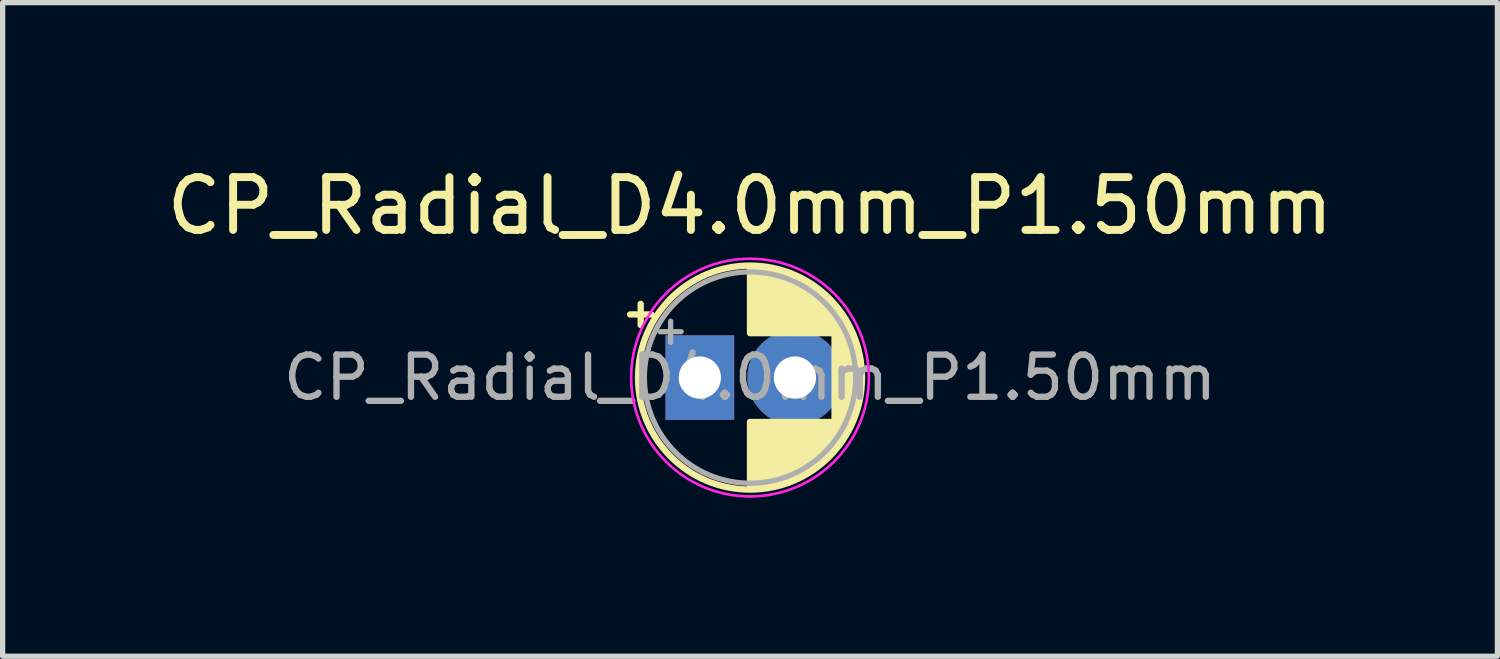
<source format=kicad_pcb>
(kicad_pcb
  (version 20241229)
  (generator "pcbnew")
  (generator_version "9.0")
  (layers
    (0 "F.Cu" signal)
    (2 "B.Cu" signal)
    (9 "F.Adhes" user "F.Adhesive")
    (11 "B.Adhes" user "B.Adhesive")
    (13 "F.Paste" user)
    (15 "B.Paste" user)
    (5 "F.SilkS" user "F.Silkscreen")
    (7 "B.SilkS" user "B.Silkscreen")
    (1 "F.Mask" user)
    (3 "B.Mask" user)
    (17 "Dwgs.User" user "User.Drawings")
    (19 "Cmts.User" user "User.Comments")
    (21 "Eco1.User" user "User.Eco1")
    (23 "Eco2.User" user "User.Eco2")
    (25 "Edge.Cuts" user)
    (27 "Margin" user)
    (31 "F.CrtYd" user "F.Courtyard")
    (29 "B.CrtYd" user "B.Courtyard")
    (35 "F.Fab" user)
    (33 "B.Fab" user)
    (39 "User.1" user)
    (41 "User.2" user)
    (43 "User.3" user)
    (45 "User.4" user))
  (footprint "CP_Radial_D4.0mm_P1.50mm"
    (layer "F.Cu")
    (at 10.399 4.098)
    (property "Reference" "CP_Radial_D4.0mm_P1.50mm" (at 0.75 -3.25 0) (layer "F.SilkS") (effects (font (size 1 1) (thickness 0.15))))
    (attr through_hole)
    (fp_line (start -1.52 -1.195) (end -1.12 -1.195) (stroke (width 0.12) (type solid)) (layer "F.SilkS"))
    (fp_line (start -1.32 -1.395) (end -1.32 -0.995) (stroke (width 0.12) (type solid)) (layer "F.SilkS"))
    (fp_line (start 0.75 -2.08) (end 0.75 -0.84) (stroke (width 0.12) (type solid)) (layer "F.SilkS"))
    (fp_line (start 0.75 0.84) (end 0.75 2.08) (stroke (width 0.12) (type solid)) (layer "F.SilkS"))
    (fp_line (start 0.79 -2.08) (end 0.79 -0.84) (stroke (width 0.12) (type solid)) (layer "F.SilkS"))
    (fp_line (start 0.79 0.84) (end 0.79 2.08) (stroke (width 0.12) (type solid)) (layer "F.SilkS"))
    (fp_line (start 0.83 -2.079) (end 0.83 -0.84) (stroke (width 0.12) (type solid)) (layer "F.SilkS"))
    (fp_line (start 0.83 0.84) (end 0.83 2.079) (stroke (width 0.12) (type solid)) (layer "F.SilkS"))
    (fp_line (start 0.87 -2.077) (end 0.87 -0.84) (stroke (width 0.12) (type solid)) (layer "F.SilkS"))
    (fp_line (start 0.87 0.84) (end 0.87 2.077) (stroke (width 0.12) (type solid)) (layer "F.SilkS"))
    (fp_line (start 0.91 -2.074) (end 0.91 -0.84) (stroke (width 0.12) (type solid)) (layer "F.SilkS"))
    (fp_line (start 0.91 0.84) (end 0.91 2.074) (stroke (width 0.12) (type solid)) (layer "F.SilkS"))
    (fp_line (start 0.95 -2.071) (end 0.95 -0.84) (stroke (width 0.12) (type solid)) (layer "F.SilkS"))
    (fp_line (start 0.95 0.84) (end 0.95 2.071) (stroke (width 0.12) (type solid)) (layer "F.SilkS"))
    (fp_line (start 0.99 -2.067) (end 0.99 -0.84) (stroke (width 0.12) (type solid)) (layer "F.SilkS"))
    (fp_line (start 0.99 0.84) (end 0.99 2.067) (stroke (width 0.12) (type solid)) (layer "F.SilkS"))
    (fp_line (start 1.03 -2.062) (end 1.03 -0.84) (stroke (width 0.12) (type solid)) (layer "F.SilkS"))
    (fp_line (start 1.03 0.84) (end 1.03 2.062) (stroke (width 0.12) (type solid)) (layer "F.SilkS"))
    (fp_line (start 1.07 -2.056) (end 1.07 -0.84) (stroke (width 0.12) (type solid)) (layer "F.SilkS"))
    (fp_line (start 1.07 0.84) (end 1.07 2.056) (stroke (width 0.12) (type solid)) (layer "F.SilkS"))
    (fp_line (start 1.11 -2.05) (end 1.11 -0.84) (stroke (width 0.12) (type solid)) (layer "F.SilkS"))
    (fp_line (start 1.11 0.84) (end 1.11 2.05) (stroke (width 0.12) (type solid)) (layer "F.SilkS"))
    (fp_line (start 1.15 -2.042) (end 1.15 -0.84) (stroke (width 0.12) (type solid)) (layer "F.SilkS"))
    (fp_line (start 1.15 0.84) (end 1.15 2.042) (stroke (width 0.12) (type solid)) (layer "F.SilkS"))
    (fp_line (start 1.19 -2.034) (end 1.19 -0.84) (stroke (width 0.12) (type solid)) (layer "F.SilkS"))
    (fp_line (start 1.19 0.84) (end 1.19 2.034) (stroke (width 0.12) (type solid)) (layer "F.SilkS"))
    (fp_line (start 1.23 -2.025) (end 1.23 -0.84) (stroke (width 0.12) (type solid)) (layer "F.SilkS"))
    (fp_line (start 1.23 0.84) (end 1.23 2.025) (stroke (width 0.12) (type solid)) (layer "F.SilkS"))
    (fp_line (start 1.27 -2.016) (end 1.27 -0.84) (stroke (width 0.12) (type solid)) (layer "F.SilkS"))
    (fp_line (start 1.27 0.84) (end 1.27 2.016) (stroke (width 0.12) (type solid)) (layer "F.SilkS"))
    (fp_line (start 1.31 -2.005) (end 1.31 -0.84) (stroke (width 0.12) (type solid)) (layer "F.SilkS"))
    (fp_line (start 1.31 0.84) (end 1.31 2.005) (stroke (width 0.12) (type solid)) (layer "F.SilkS"))
    (fp_line (start 1.35 -1.994) (end 1.35 -0.84) (stroke (width 0.12) (type solid)) (layer "F.SilkS"))
    (fp_line (start 1.35 0.84) (end 1.35 1.994) (stroke (width 0.12) (type solid)) (layer "F.SilkS"))
    (fp_line (start 1.39 -1.982) (end 1.39 -0.84) (stroke (width 0.12) (type solid)) (layer "F.SilkS"))
    (fp_line (start 1.39 0.84) (end 1.39 1.982) (stroke (width 0.12) (type solid)) (layer "F.SilkS"))
    (fp_line (start 1.43 -1.968) (end 1.43 -0.84) (stroke (width 0.12) (type solid)) (layer "F.SilkS"))
    (fp_line (start 1.43 0.84) (end 1.43 1.968) (stroke (width 0.12) (type solid)) (layer "F.SilkS"))
    (fp_line (start 1.471 -1.954) (end 1.471 -0.84) (stroke (width 0.12) (type solid)) (layer "F.SilkS"))
    (fp_line (start 1.471 0.84) (end 1.471 1.954) (stroke (width 0.12) (type solid)) (layer "F.SilkS"))
    (fp_line (start 1.511 -1.94) (end 1.511 -0.84) (stroke (width 0.12) (type solid)) (layer "F.SilkS"))
    (fp_line (start 1.511 0.84) (end 1.511 1.94) (stroke (width 0.12) (type solid)) (layer "F.SilkS"))
    (fp_line (start 1.551 -1.924) (end 1.551 -0.84) (stroke (width 0.12) (type solid)) (layer "F.SilkS"))
    (fp_line (start 1.551 0.84) (end 1.551 1.924) (stroke (width 0.12) (type solid)) (layer "F.SilkS"))
    (fp_line (start 1.591 -1.907) (end 1.591 -0.84) (stroke (width 0.12) (type solid)) (layer "F.SilkS"))
    (fp_line (start 1.591 0.84) (end 1.591 1.907) (stroke (width 0.12) (type solid)) (layer "F.SilkS"))
    (fp_line (start 1.631 -1.889) (end 1.631 -0.84) (stroke (width 0.12) (type solid)) (layer "F.SilkS"))
    (fp_line (start 1.631 0.84) (end 1.631 1.889) (stroke (width 0.12) (type solid)) (layer "F.SilkS"))
    (fp_line (start 1.671 -1.87) (end 1.671 -0.84) (stroke (width 0.12) (type solid)) (layer "F.SilkS"))
    (fp_line (start 1.671 0.84) (end 1.671 1.87) (stroke (width 0.12) (type solid)) (layer "F.SilkS"))
    (fp_line (start 1.711 -1.851) (end 1.711 -0.84) (stroke (width 0.12) (type solid)) (layer "F.SilkS"))
    (fp_line (start 1.711 0.84) (end 1.711 1.851) (stroke (width 0.12) (type solid)) (layer "F.SilkS"))
    (fp_line (start 1.751 -1.83) (end 1.751 -0.84) (stroke (width 0.12) (type solid)) (layer "F.SilkS"))
    (fp_line (start 1.751 0.84) (end 1.751 1.83) (stroke (width 0.12) (type solid)) (layer "F.SilkS"))
    (fp_line (start 1.791 -1.808) (end 1.791 -0.84) (stroke (width 0.12) (type solid)) (layer "F.SilkS"))
    (fp_line (start 1.791 0.84) (end 1.791 1.808) (stroke (width 0.12) (type solid)) (layer "F.SilkS"))
    (fp_line (start 1.831 -1.785) (end 1.831 -0.84) (stroke (width 0.12) (type solid)) (layer "F.SilkS"))
    (fp_line (start 1.831 0.84) (end 1.831 1.785) (stroke (width 0.12) (type solid)) (layer "F.SilkS"))
    (fp_line (start 1.871 -1.76) (end 1.871 -0.84) (stroke (width 0.12) (type solid)) (layer "F.SilkS"))
    (fp_line (start 1.871 0.84) (end 1.871 1.76) (stroke (width 0.12) (type solid)) (layer "F.SilkS"))
    (fp_line (start 1.911 -1.735) (end 1.911 -0.84) (stroke (width 0.12) (type solid)) (layer "F.SilkS"))
    (fp_line (start 1.911 0.84) (end 1.911 1.735) (stroke (width 0.12) (type solid)) (layer "F.SilkS"))
    (fp_line (start 1.951 -1.708) (end 1.951 -0.84) (stroke (width 0.12) (type solid)) (layer "F.SilkS"))
    (fp_line (start 1.951 0.84) (end 1.951 1.708) (stroke (width 0.12) (type solid)) (layer "F.SilkS"))
    (fp_line (start 1.991 -1.68) (end 1.991 -0.84) (stroke (width 0.12) (type solid)) (layer "F.SilkS"))
    (fp_line (start 1.991 0.84) (end 1.991 1.68) (stroke (width 0.12) (type solid)) (layer "F.SilkS"))
    (fp_line (start 2.031 -1.65) (end 2.031 -0.84) (stroke (width 0.12) (type solid)) (layer "F.SilkS"))
    (fp_line (start 2.031 0.84) (end 2.031 1.65) (stroke (width 0.12) (type solid)) (layer "F.SilkS"))
    (fp_line (start 2.071 -1.619) (end 2.071 -0.84) (stroke (width 0.12) (type solid)) (layer "F.SilkS"))
    (fp_line (start 2.071 0.84) (end 2.071 1.619) (stroke (width 0.12) (type solid)) (layer "F.SilkS"))
    (fp_line (start 2.111 -1.587) (end 2.111 -0.84) (stroke (width 0.12) (type solid)) (layer "F.SilkS"))
    (fp_line (start 2.111 0.84) (end 2.111 1.587) (stroke (width 0.12) (type solid)) (layer "F.SilkS"))
    (fp_line (start 2.151 -1.552) (end 2.151 -0.84) (stroke (width 0.12) (type solid)) (layer "F.SilkS"))
    (fp_line (start 2.151 0.84) (end 2.151 1.552) (stroke (width 0.12) (type solid)) (layer "F.SilkS"))
    (fp_line (start 2.191 -1.516) (end 2.191 -0.84) (stroke (width 0.12) (type solid)) (layer "F.SilkS"))
    (fp_line (start 2.191 0.84) (end 2.191 1.516) (stroke (width 0.12) (type solid)) (layer "F.SilkS"))
    (fp_line (start 2.231 -1.478) (end 2.231 -0.84) (stroke (width 0.12) (type solid)) (layer "F.SilkS"))
    (fp_line (start 2.231 0.84) (end 2.231 1.478) (stroke (width 0.12) (type solid)) (layer "F.SilkS"))
    (fp_line (start 2.271 -1.438) (end 2.271 -0.84) (stroke (width 0.12) (type solid)) (layer "F.SilkS"))
    (fp_line (start 2.271 0.84) (end 2.271 1.438) (stroke (width 0.12) (type solid)) (layer "F.SilkS"))
    (fp_line (start 2.311 -1.396) (end 2.311 -0.84) (stroke (width 0.12) (type solid)) (layer "F.SilkS"))
    (fp_line (start 2.311 0.84) (end 2.311 1.396) (stroke (width 0.12) (type solid)) (layer "F.SilkS"))
    (fp_line (start 2.351 -1.351) (end 2.351 1.351) (stroke (width 0.12) (type solid)) (layer "F.SilkS"))
    (fp_line (start 2.391 -1.304) (end 2.391 1.304) (stroke (width 0.12) (type solid)) (layer "F.SilkS"))
    (fp_line (start 2.431 -1.254) (end 2.431 1.254) (stroke (width 0.12) (type solid)) (layer "F.SilkS"))
    (fp_line (start 2.471 -1.2) (end 2.471 1.2) (stroke (width 0.12) (type solid)) (layer "F.SilkS"))
    (fp_line (start 2.511 -1.142) (end 2.511 1.142) (stroke (width 0.12) (type solid)) (layer "F.SilkS"))
    (fp_line (start 2.551 -1.08) (end 2.551 1.08) (stroke (width 0.12) (type solid)) (layer "F.SilkS"))
    (fp_line (start 2.591 -1.013) (end 2.591 1.013) (stroke (width 0.12) (type solid)) (layer "F.SilkS"))
    (fp_line (start 2.631 -0.94) (end 2.631 0.94) (stroke (width 0.12) (type solid)) (layer "F.SilkS"))
    (fp_line (start 2.671 -0.859) (end 2.671 0.859) (stroke (width 0.12) (type solid)) (layer "F.SilkS"))
    (fp_line (start 2.711 -0.768) (end 2.711 0.768) (stroke (width 0.12) (type solid)) (layer "F.SilkS"))
    (fp_line (start 2.751 -0.664) (end 2.751 0.664) (stroke (width 0.12) (type solid)) (layer "F.SilkS"))
    (fp_line (start 2.791 -0.537) (end 2.791 0.537) (stroke (width 0.12) (type solid)) (layer "F.SilkS"))
    (fp_line (start 2.831 -0.37) (end 2.831 0.37) (stroke (width 0.12) (type solid)) (layer "F.SilkS"))
    (fp_circle (center 0.75 0) (end 2.87 0) (stroke (width 0.12) (type solid)) (fill no) (layer "F.SilkS"))
    (fp_circle (center 0.75 0) (end 3 0) (stroke (width 0.05) (type solid)) (fill no) (layer "F.CrtYd"))
    (fp_line (start -0.953 -0.868) (end -0.553 -0.868) (stroke (width 0.1) (type solid)) (layer "F.Fab"))
    (fp_line (start -0.753 -1.067) (end -0.753 -0.667) (stroke (width 0.1) (type solid)) (layer "F.Fab"))
    (fp_circle (center 0.75 0) (end 2.75 0) (stroke (width 0.1) (type solid)) (fill no) (layer "F.Fab"))
    (fp_text user "${REFERENCE}" (at 0.75 0 0) (layer "F.Fab") (effects (font (size 0.8 0.8) (thickness 0.12))))
    (pad "1" thru_hole rect (at -0.2 0) (size 1.3 1.6) (drill 0.8) (layers "*.Cu" "*.Mask"))
    (pad "2" thru_hole circle (at 1.6 0) (size 1.8 1.8) (drill 0.8) (layers "*.Cu" "*.Mask")))
  (gr_rect
    (start -3 -3)
    (end 25.298 9.373)
    (stroke (width 0.1) (type default))
    (fill no)
    (layer "Edge.Cuts")))
</source>
